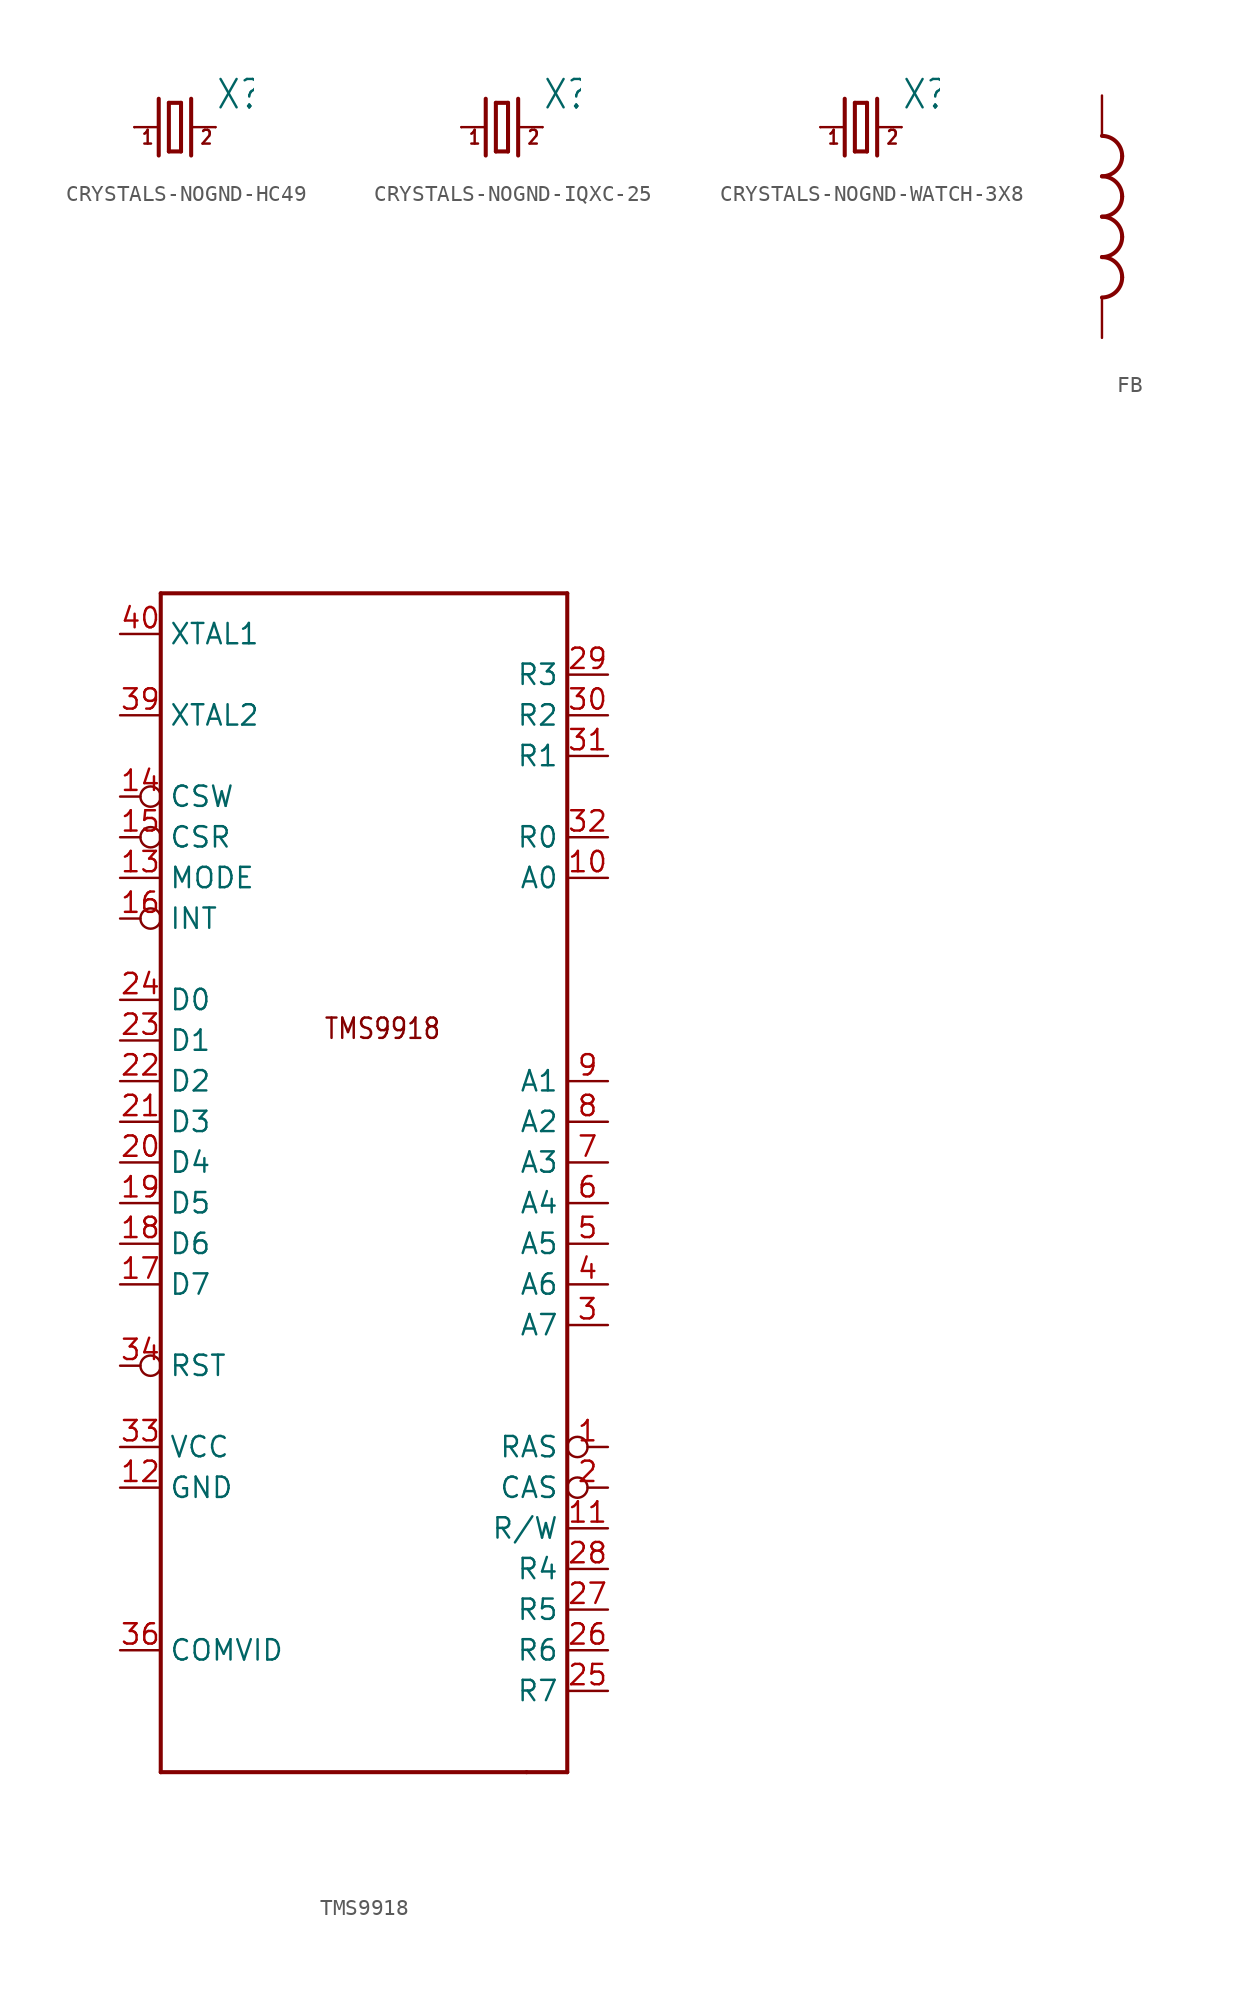
<source format=kicad_sym>
(kicad_symbol_lib
  (version 20231120)
  (generator "kicad_symbol_editor")
  (generator_version "8.0")
  (symbol "CRYSTALS-NOGND-HC49"
    (property "Reference" "X"
      (at 2.54 1.016 0)
      (effects (font (size 1.778 1.511)) (justify left bottom)))
    (property "Value" ""
      (at 2.54 -2.54 0)
      (effects (font (size 1.778 1.511)) (justify left bottom)))
    (property "ki_locked" ""
      (at 0 0 0)
      (effects (font (size 1.27 1.27))))
    (symbol "CRYSTALS-NOGND-HC49_1_0"
      (polyline (pts (xy -2.54 0) (xy -1.016 0)) (stroke (width 0.152) (type solid)) (fill (type none)))
      (polyline (pts (xy -1.016 1.778) (xy -1.016 -1.778)) (stroke (width 0.254) (type solid)) (fill (type none)))
      (polyline (pts (xy -0.381 -1.524) (xy 0.381 -1.524)) (stroke (width 0.254) (type solid)) (fill (type none)))
      (polyline (pts (xy -0.381 1.524) (xy -0.381 -1.524)) (stroke (width 0.254) (type solid)) (fill (type none)))
      (polyline (pts (xy 0.381 -1.524) (xy 0.381 1.524)) (stroke (width 0.254) (type solid)) (fill (type none)))
      (polyline (pts (xy 0.381 1.524) (xy -0.381 1.524)) (stroke (width 0.254) (type solid)) (fill (type none)))
      (polyline (pts (xy 1.016 0) (xy 2.54 0)) (stroke (width 0.152) (type solid)) (fill (type none)))
      (polyline (pts (xy 1.016 1.778) (xy 1.016 -1.778)) (stroke (width 0.254) (type solid)) (fill (type none)))
      (text "1" (at -2.159 -1.143 0) (effects (font (size 0.864 0.734)) (justify left bottom)))
      (text "2" (at 1.524 -1.143 0) (effects (font (size 0.864 0.734)) (justify left bottom)))
      (pin passive line (at -2.54 0 0) (length 0) (name "1" (effects (font (size 0 0)))) (number "1" (effects (font (size 0 0)))))
      (pin passive line (at 2.54 0 180) (length 0) (name "2" (effects (font (size 0 0)))) (number "2" (effects (font (size 0 0)))))))
  (symbol "CRYSTALS-NOGND-IQXC-25"
    (property "Reference" "X"
      (at 2.54 1.016 0)
      (effects (font (size 1.778 1.511)) (justify left bottom)))
    (property "Value" ""
      (at 2.54 -2.54 0)
      (effects (font (size 1.778 1.511)) (justify left bottom)))
    (property "ki_locked" ""
      (at 0 0 0)
      (effects (font (size 1.27 1.27))))
    (symbol "CRYSTALS-NOGND-IQXC-25_1_0"
      (polyline (pts (xy -2.54 0) (xy -1.016 0)) (stroke (width 0.152) (type solid)) (fill (type none)))
      (polyline (pts (xy -1.016 1.778) (xy -1.016 -1.778)) (stroke (width 0.254) (type solid)) (fill (type none)))
      (polyline (pts (xy -0.381 -1.524) (xy 0.381 -1.524)) (stroke (width 0.254) (type solid)) (fill (type none)))
      (polyline (pts (xy -0.381 1.524) (xy -0.381 -1.524)) (stroke (width 0.254) (type solid)) (fill (type none)))
      (polyline (pts (xy 0.381 -1.524) (xy 0.381 1.524)) (stroke (width 0.254) (type solid)) (fill (type none)))
      (polyline (pts (xy 0.381 1.524) (xy -0.381 1.524)) (stroke (width 0.254) (type solid)) (fill (type none)))
      (polyline (pts (xy 1.016 0) (xy 2.54 0)) (stroke (width 0.152) (type solid)) (fill (type none)))
      (polyline (pts (xy 1.016 1.778) (xy 1.016 -1.778)) (stroke (width 0.254) (type solid)) (fill (type none)))
      (text "1" (at -2.159 -1.143 0) (effects (font (size 0.864 0.734)) (justify left bottom)))
      (text "2" (at 1.524 -1.143 0) (effects (font (size 0.864 0.734)) (justify left bottom)))
      (pin passive line (at -2.54 0 0) (length 0) (name "1" (effects (font (size 0 0)))) (number "1" (effects (font (size 0 0)))))
      (pin passive line (at 2.54 0 180) (length 0) (name "2" (effects (font (size 0 0)))) (number "2" (effects (font (size 0 0)))))))
  (symbol "CRYSTALS-NOGND-WATCH-3X8"
    (property "Reference" "X"
      (at 2.54 1.016 0)
      (effects (font (size 1.778 1.511)) (justify left bottom)))
    (property "Value" ""
      (at 2.54 -2.54 0)
      (effects (font (size 1.778 1.511)) (justify left bottom)))
    (property "ki_locked" ""
      (at 0 0 0)
      (effects (font (size 1.27 1.27))))
    (symbol "CRYSTALS-NOGND-WATCH-3X8_1_0"
      (polyline (pts (xy -2.54 0) (xy -1.016 0)) (stroke (width 0.152) (type solid)) (fill (type none)))
      (polyline (pts (xy -1.016 1.778) (xy -1.016 -1.778)) (stroke (width 0.254) (type solid)) (fill (type none)))
      (polyline (pts (xy -0.381 -1.524) (xy 0.381 -1.524)) (stroke (width 0.254) (type solid)) (fill (type none)))
      (polyline (pts (xy -0.381 1.524) (xy -0.381 -1.524)) (stroke (width 0.254) (type solid)) (fill (type none)))
      (polyline (pts (xy 0.381 -1.524) (xy 0.381 1.524)) (stroke (width 0.254) (type solid)) (fill (type none)))
      (polyline (pts (xy 0.381 1.524) (xy -0.381 1.524)) (stroke (width 0.254) (type solid)) (fill (type none)))
      (polyline (pts (xy 1.016 0) (xy 2.54 0)) (stroke (width 0.152) (type solid)) (fill (type none)))
      (polyline (pts (xy 1.016 1.778) (xy 1.016 -1.778)) (stroke (width 0.254) (type solid)) (fill (type none)))
      (text "1" (at -2.159 -1.143 0) (effects (font (size 0.864 0.734)) (justify left bottom)))
      (text "2" (at 1.524 -1.143 0) (effects (font (size 0.864 0.734)) (justify left bottom)))
      (pin passive line (at -2.54 0 0) (length 0) (name "1" (effects (font (size 0 0)))) (number "1" (effects (font (size 0 0)))))
      (pin passive line (at 2.54 0 180) (length 0) (name "2" (effects (font (size 0 0)))) (number "2" (effects (font (size 0 0)))))))
  (symbol "FB"
    (property "Reference" ""
      (at -1.27 -5.08 90)
      (effects (font (size 1.778 1.511)) (justify left bottom) (hide yes)))
    (property "Value" ""
      (at 3.81 -5.08 90)
      (effects (font (size 1.778 1.511)) (justify left bottom)))
    (property "ki_locked" ""
      (at 0 0 0)
      (effects (font (size 1.27 1.27))))
    (symbol "FB_1_0"
      (arc (start 0 -5.08) (mid 0.898 -4.708) (end 1.27 -3.81) (stroke (width 0.254) (type solid)) (fill (type none)))
      (arc (start 0 -2.54) (mid 0.898 -2.168) (end 1.27 -1.27) (stroke (width 0.254) (type solid)) (fill (type none)))
      (arc (start 0 0) (mid 0.898 0.372) (end 1.27 1.27) (stroke (width 0.254) (type solid)) (fill (type none)))
      (arc (start 0 2.54) (mid 0.898 2.912) (end 1.27 3.81) (stroke (width 0.254) (type solid)) (fill (type none)))
      (arc (start 1.27 -3.81) (mid 0.898 -2.912) (end 0 -2.54) (stroke (width 0.254) (type solid)) (fill (type none)))
      (arc (start 1.27 -1.27) (mid 0.898 -0.372) (end 0 0) (stroke (width 0.254) (type solid)) (fill (type none)))
      (arc (start 1.27 1.27) (mid 0.898 2.168) (end 0 2.54) (stroke (width 0.254) (type solid)) (fill (type none)))
      (arc (start 1.27 3.81) (mid 0.898 4.708) (end 0 5.08) (stroke (width 0.254) (type solid)) (fill (type none)))
      (pin passive line (at 0 7.62 270) (length 2.54) (name "1" (effects (font (size 0 0)))) (number "P$1" (effects (font (size 0 0)))))
      (pin passive line (at 0 -7.62 90) (length 2.54) (name "2" (effects (font (size 0 0)))) (number "P$2" (effects (font (size 0 0)))))))
  (symbol "TMS9918"
    (property "Reference" ""
      (at 0 0 0)
      (effects (font (size 1.27 1.27)) (hide yes)))
    (property "ki_locked" ""
      (at 0 0 0)
      (effects (font (size 1.27 1.27))))
    (symbol "TMS9918_1_0"
      (polyline (pts (xy -20.32 -50.8) (xy 2.54 -50.8)) (stroke (width 0.254) (type solid)) (fill (type none)))
      (polyline (pts (xy -20.32 22.86) (xy -20.32 -50.8)) (stroke (width 0.254) (type solid)) (fill (type none)))
      (polyline (pts (xy 2.54 -50.8) (xy 5.08 -50.8)) (stroke (width 0.254) (type solid)) (fill (type none)))
      (polyline (pts (xy 5.08 -50.8) (xy 5.08 22.86)) (stroke (width 0.254) (type solid)) (fill (type none)))
      (polyline (pts (xy 5.08 22.86) (xy -20.32 22.86)) (stroke (width 0.254) (type solid)) (fill (type none)))
      (text "TMS9918" (at -10.16 -5.08 0) (effects (font (size 1.27 1.079)) (justify left bottom)))
      (pin bidirectional inverted (at 7.62 -30.48 180) (length 2.54) (name "RAS" (effects (font (size 1.27 1.27)))) (number "1" (effects (font (size 1.27 1.27)))))
      (pin bidirectional line (at 7.62 5.08 180) (length 2.54) (name "A0" (effects (font (size 1.27 1.27)))) (number "10" (effects (font (size 1.27 1.27)))))
      (pin bidirectional line (at 7.62 -35.56 180) (length 2.54) (name "R/W" (effects (font (size 1.27 1.27)))) (number "11" (effects (font (size 1.27 1.27)))))
      (pin bidirectional line (at -22.86 -33.02 0) (length 2.54) (name "GND" (effects (font (size 1.27 1.27)))) (number "12" (effects (font (size 1.27 1.27)))))
      (pin bidirectional line (at -22.86 5.08 0) (length 2.54) (name "MODE" (effects (font (size 1.27 1.27)))) (number "13" (effects (font (size 1.27 1.27)))))
      (pin bidirectional inverted (at -22.86 10.16 0) (length 2.54) (name "CSW" (effects (font (size 1.27 1.27)))) (number "14" (effects (font (size 1.27 1.27)))))
      (pin bidirectional inverted (at -22.86 7.62 0) (length 2.54) (name "CSR" (effects (font (size 1.27 1.27)))) (number "15" (effects (font (size 1.27 1.27)))))
      (pin bidirectional inverted (at -22.86 2.54 0) (length 2.54) (name "INT" (effects (font (size 1.27 1.27)))) (number "16" (effects (font (size 1.27 1.27)))))
      (pin bidirectional line (at -22.86 -20.32 0) (length 2.54) (name "D7" (effects (font (size 1.27 1.27)))) (number "17" (effects (font (size 1.27 1.27)))))
      (pin bidirectional line (at -22.86 -17.78 0) (length 2.54) (name "D6" (effects (font (size 1.27 1.27)))) (number "18" (effects (font (size 1.27 1.27)))))
      (pin bidirectional line (at -22.86 -15.24 0) (length 2.54) (name "D5" (effects (font (size 1.27 1.27)))) (number "19" (effects (font (size 1.27 1.27)))))
      (pin bidirectional inverted (at 7.62 -33.02 180) (length 2.54) (name "CAS" (effects (font (size 1.27 1.27)))) (number "2" (effects (font (size 1.27 1.27)))))
      (pin bidirectional line (at -22.86 -12.7 0) (length 2.54) (name "D4" (effects (font (size 1.27 1.27)))) (number "20" (effects (font (size 1.27 1.27)))))
      (pin bidirectional line (at -22.86 -10.16 0) (length 2.54) (name "D3" (effects (font (size 1.27 1.27)))) (number "21" (effects (font (size 1.27 1.27)))))
      (pin bidirectional line (at -22.86 -7.62 0) (length 2.54) (name "D2" (effects (font (size 1.27 1.27)))) (number "22" (effects (font (size 1.27 1.27)))))
      (pin bidirectional line (at -22.86 -5.08 0) (length 2.54) (name "D1" (effects (font (size 1.27 1.27)))) (number "23" (effects (font (size 1.27 1.27)))))
      (pin bidirectional line (at -22.86 -2.54 0) (length 2.54) (name "D0" (effects (font (size 1.27 1.27)))) (number "24" (effects (font (size 1.27 1.27)))))
      (pin bidirectional line (at 7.62 -45.72 180) (length 2.54) (name "R7" (effects (font (size 1.27 1.27)))) (number "25" (effects (font (size 1.27 1.27)))))
      (pin bidirectional line (at 7.62 -43.18 180) (length 2.54) (name "R6" (effects (font (size 1.27 1.27)))) (number "26" (effects (font (size 1.27 1.27)))))
      (pin bidirectional line (at 7.62 -40.64 180) (length 2.54) (name "R5" (effects (font (size 1.27 1.27)))) (number "27" (effects (font (size 1.27 1.27)))))
      (pin bidirectional line (at 7.62 -38.1 180) (length 2.54) (name "R4" (effects (font (size 1.27 1.27)))) (number "28" (effects (font (size 1.27 1.27)))))
      (pin bidirectional line (at 7.62 17.78 180) (length 2.54) (name "R3" (effects (font (size 1.27 1.27)))) (number "29" (effects (font (size 1.27 1.27)))))
      (pin bidirectional line (at 7.62 -22.86 180) (length 2.54) (name "A7" (effects (font (size 1.27 1.27)))) (number "3" (effects (font (size 1.27 1.27)))))
      (pin bidirectional line (at 7.62 15.24 180) (length 2.54) (name "R2" (effects (font (size 1.27 1.27)))) (number "30" (effects (font (size 1.27 1.27)))))
      (pin bidirectional line (at 7.62 12.7 180) (length 2.54) (name "R1" (effects (font (size 1.27 1.27)))) (number "31" (effects (font (size 1.27 1.27)))))
      (pin bidirectional line (at 7.62 7.62 180) (length 2.54) (name "R0" (effects (font (size 1.27 1.27)))) (number "32" (effects (font (size 1.27 1.27)))))
      (pin bidirectional line (at -22.86 -30.48 0) (length 2.54) (name "VCC" (effects (font (size 1.27 1.27)))) (number "33" (effects (font (size 1.27 1.27)))))
      (pin bidirectional inverted (at -22.86 -25.4 0) (length 2.54) (name "RST" (effects (font (size 1.27 1.27)))) (number "34" (effects (font (size 1.27 1.27)))))
      (pin bidirectional line (at -22.86 -43.18 0) (length 2.54) (name "COMVID" (effects (font (size 1.27 1.27)))) (number "36" (effects (font (size 1.27 1.27)))))
      (pin bidirectional line (at -22.86 15.24 0) (length 2.54) (name "XTAL2" (effects (font (size 1.27 1.27)))) (number "39" (effects (font (size 1.27 1.27)))))
      (pin bidirectional line (at 7.62 -20.32 180) (length 2.54) (name "A6" (effects (font (size 1.27 1.27)))) (number "4" (effects (font (size 1.27 1.27)))))
      (pin bidirectional line (at -22.86 20.32 0) (length 2.54) (name "XTAL1" (effects (font (size 1.27 1.27)))) (number "40" (effects (font (size 1.27 1.27)))))
      (pin bidirectional line (at 7.62 -17.78 180) (length 2.54) (name "A5" (effects (font (size 1.27 1.27)))) (number "5" (effects (font (size 1.27 1.27)))))
      (pin bidirectional line (at 7.62 -15.24 180) (length 2.54) (name "A4" (effects (font (size 1.27 1.27)))) (number "6" (effects (font (size 1.27 1.27)))))
      (pin bidirectional line (at 7.62 -12.7 180) (length 2.54) (name "A3" (effects (font (size 1.27 1.27)))) (number "7" (effects (font (size 1.27 1.27)))))
      (pin bidirectional line (at 7.62 -10.16 180) (length 2.54) (name "A2" (effects (font (size 1.27 1.27)))) (number "8" (effects (font (size 1.27 1.27)))))
      (pin bidirectional line (at 7.62 -7.62 180) (length 2.54) (name "A1" (effects (font (size 1.27 1.27)))) (number "9" (effects (font (size 1.27 1.27))))))))
</source>
